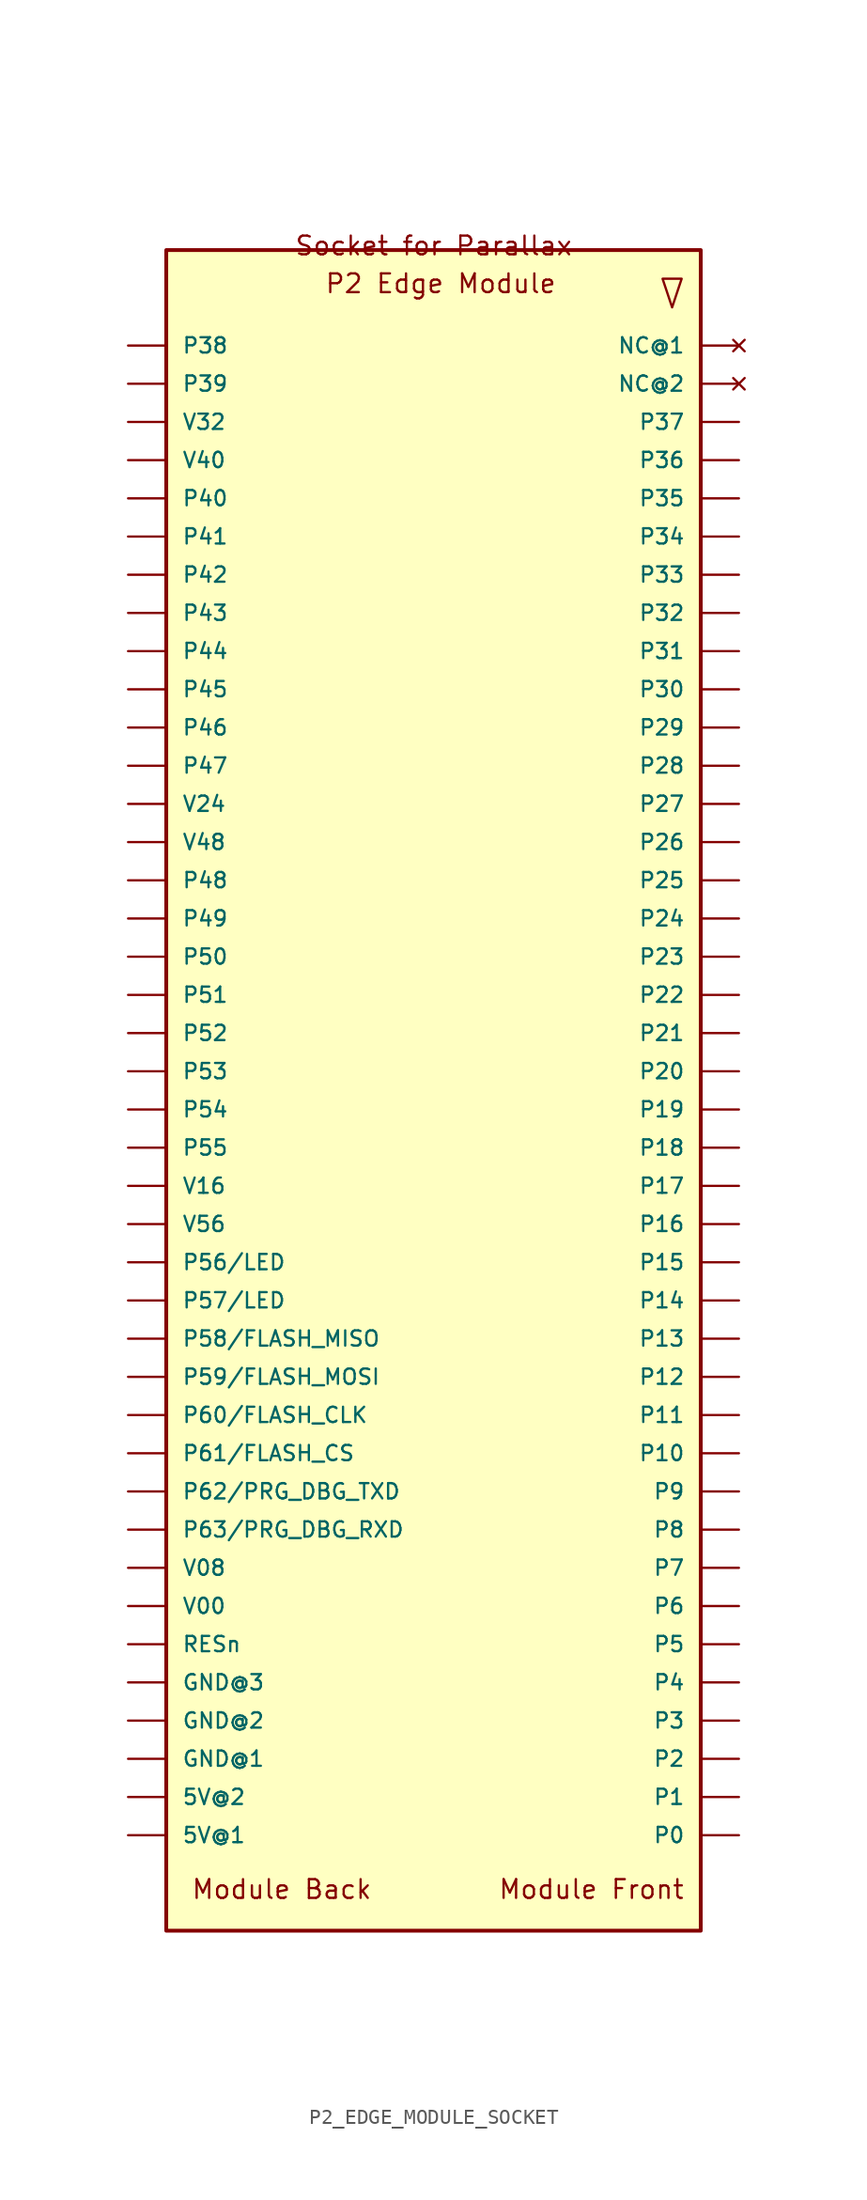
<source format=kicad_sym>
(kicad_symbol_lib
  (version 20211014)
  (generator kicad_symbol_editor)
  (symbol "P2_EDGE_MODULE_SOCKET"
    (pin_numbers hide)
    (pin_names
      (offset 1.016))
    (property "Reference" "J?"
      (at 0 0 0)
      (effects (font (size 1.27 1.27)) (justify left bottom) hide))
    (property "ki_locked" ""
      (at 0 0 0)
      (effects (font (size 1.27 1.27))))
    (symbol "P2_EDGE_MODULE_SOCKET_0_0"
      (rectangle (start -17.78 -55.88) (end 17.78 55.88) (stroke (width 0.254) (type default) (color 0 0 0 0)) (fill (type background)))
      (polyline (pts (xy 15.24 53.975) (xy 15.875 52.07) (xy 16.51 53.975) (xy 16.51 53.975) (xy 15.24 53.975)) (stroke (width 0) (type default) (color 0 0 0 0)) (fill (type background)))
      (text "Module Back" (at -16.154 -52.4 0) (effects (font (size 1.245 1.245)) (justify left top)))
      (text "Module Front" (at 4.267 -52.4 0) (effects (font (size 1.245 1.245)) (justify left top)))
      (text "P2 Edge Module" (at 0.483 54.381 0) (effects (font (size 1.245 1.245)) (justify top)))
      (text "Socket for Parallax " (at 0.483 56.896 0) (effects (font (size 1.245 1.245)) (justify top)))
      (pin no_connect line (at 20.32 49.53 180) (length 2.54) (name "NC@1" (effects (font (size 1.016 1.016)))) (number "1" (effects (font (size 1.016 1.016)))))
      (pin bidirectional line (at 20.32 26.67 180) (length 2.54) (name "P30" (effects (font (size 1.016 1.016)))) (number "10" (effects (font (size 1.016 1.016)))))
      (pin bidirectional line (at 20.32 24.13 180) (length 2.54) (name "P29" (effects (font (size 1.016 1.016)))) (number "11" (effects (font (size 1.016 1.016)))))
      (pin bidirectional line (at 20.32 21.59 180) (length 2.54) (name "P28" (effects (font (size 1.016 1.016)))) (number "12" (effects (font (size 1.016 1.016)))))
      (pin bidirectional line (at 20.32 19.05 180) (length 2.54) (name "P27" (effects (font (size 1.016 1.016)))) (number "13" (effects (font (size 1.016 1.016)))))
      (pin bidirectional line (at 20.32 16.51 180) (length 2.54) (name "P26" (effects (font (size 1.016 1.016)))) (number "14" (effects (font (size 1.016 1.016)))))
      (pin bidirectional line (at 20.32 13.97 180) (length 2.54) (name "P25" (effects (font (size 1.016 1.016)))) (number "15" (effects (font (size 1.016 1.016)))))
      (pin bidirectional line (at 20.32 11.43 180) (length 2.54) (name "P24" (effects (font (size 1.016 1.016)))) (number "16" (effects (font (size 1.016 1.016)))))
      (pin bidirectional line (at 20.32 8.89 180) (length 2.54) (name "P23" (effects (font (size 1.016 1.016)))) (number "17" (effects (font (size 1.016 1.016)))))
      (pin bidirectional line (at 20.32 6.35 180) (length 2.54) (name "P22" (effects (font (size 1.016 1.016)))) (number "18" (effects (font (size 1.016 1.016)))))
      (pin bidirectional line (at 20.32 3.81 180) (length 2.54) (name "P21" (effects (font (size 1.016 1.016)))) (number "19" (effects (font (size 1.016 1.016)))))
      (pin no_connect line (at 20.32 46.99 180) (length 2.54) (name "NC@2" (effects (font (size 1.016 1.016)))) (number "2" (effects (font (size 1.016 1.016)))))
      (pin bidirectional line (at 20.32 1.27 180) (length 2.54) (name "P20" (effects (font (size 1.016 1.016)))) (number "20" (effects (font (size 1.016 1.016)))))
      (pin bidirectional line (at 20.32 -1.27 180) (length 2.54) (name "P19" (effects (font (size 1.016 1.016)))) (number "21" (effects (font (size 1.016 1.016)))))
      (pin bidirectional line (at 20.32 -3.81 180) (length 2.54) (name "P18" (effects (font (size 1.016 1.016)))) (number "22" (effects (font (size 1.016 1.016)))))
      (pin bidirectional line (at 20.32 -6.35 180) (length 2.54) (name "P17" (effects (font (size 1.016 1.016)))) (number "23" (effects (font (size 1.016 1.016)))))
      (pin bidirectional line (at 20.32 -8.89 180) (length 2.54) (name "P16" (effects (font (size 1.016 1.016)))) (number "24" (effects (font (size 1.016 1.016)))))
      (pin bidirectional line (at 20.32 -11.43 180) (length 2.54) (name "P15" (effects (font (size 1.016 1.016)))) (number "25" (effects (font (size 1.016 1.016)))))
      (pin bidirectional line (at 20.32 -13.97 180) (length 2.54) (name "P14" (effects (font (size 1.016 1.016)))) (number "26" (effects (font (size 1.016 1.016)))))
      (pin bidirectional line (at 20.32 -16.51 180) (length 2.54) (name "P13" (effects (font (size 1.016 1.016)))) (number "27" (effects (font (size 1.016 1.016)))))
      (pin bidirectional line (at 20.32 -19.05 180) (length 2.54) (name "P12" (effects (font (size 1.016 1.016)))) (number "28" (effects (font (size 1.016 1.016)))))
      (pin bidirectional line (at 20.32 -21.59 180) (length 2.54) (name "P11" (effects (font (size 1.016 1.016)))) (number "29" (effects (font (size 1.016 1.016)))))
      (pin bidirectional line (at 20.32 44.45 180) (length 2.54) (name "P37" (effects (font (size 1.016 1.016)))) (number "3" (effects (font (size 1.016 1.016)))))
      (pin bidirectional line (at 20.32 -24.13 180) (length 2.54) (name "P10" (effects (font (size 1.016 1.016)))) (number "30" (effects (font (size 1.016 1.016)))))
      (pin bidirectional line (at 20.32 -26.67 180) (length 2.54) (name "P9" (effects (font (size 1.016 1.016)))) (number "31" (effects (font (size 1.016 1.016)))))
      (pin bidirectional line (at 20.32 -29.21 180) (length 2.54) (name "P8" (effects (font (size 1.016 1.016)))) (number "32" (effects (font (size 1.016 1.016)))))
      (pin bidirectional line (at 20.32 -31.75 180) (length 2.54) (name "P7" (effects (font (size 1.016 1.016)))) (number "33" (effects (font (size 1.016 1.016)))))
      (pin bidirectional line (at 20.32 -34.29 180) (length 2.54) (name "P6" (effects (font (size 1.016 1.016)))) (number "34" (effects (font (size 1.016 1.016)))))
      (pin bidirectional line (at 20.32 -36.83 180) (length 2.54) (name "P5" (effects (font (size 1.016 1.016)))) (number "35" (effects (font (size 1.016 1.016)))))
      (pin bidirectional line (at 20.32 -39.37 180) (length 2.54) (name "P4" (effects (font (size 1.016 1.016)))) (number "36" (effects (font (size 1.016 1.016)))))
      (pin bidirectional line (at 20.32 -41.91 180) (length 2.54) (name "P3" (effects (font (size 1.016 1.016)))) (number "37" (effects (font (size 1.016 1.016)))))
      (pin bidirectional line (at 20.32 -44.45 180) (length 2.54) (name "P2" (effects (font (size 1.016 1.016)))) (number "38" (effects (font (size 1.016 1.016)))))
      (pin bidirectional line (at 20.32 -46.99 180) (length 2.54) (name "P1" (effects (font (size 1.016 1.016)))) (number "39" (effects (font (size 1.016 1.016)))))
      (pin bidirectional line (at 20.32 41.91 180) (length 2.54) (name "P36" (effects (font (size 1.016 1.016)))) (number "4" (effects (font (size 1.016 1.016)))))
      (pin bidirectional line (at 20.32 -49.53 180) (length 2.54) (name "P0" (effects (font (size 1.016 1.016)))) (number "40" (effects (font (size 1.016 1.016)))))
      (pin power_in line (at -20.32 -49.53 0) (length 2.54) (name "5V@1" (effects (font (size 1.016 1.016)))) (number "41" (effects (font (size 1.016 1.016)))))
      (pin power_in line (at -20.32 -46.99 0) (length 2.54) (name "5V@2" (effects (font (size 1.016 1.016)))) (number "42" (effects (font (size 1.016 1.016)))))
      (pin power_in line (at -20.32 -44.45 0) (length 2.54) (name "GND@1" (effects (font (size 1.016 1.016)))) (number "43" (effects (font (size 1.016 1.016)))))
      (pin power_in line (at -20.32 -41.91 0) (length 2.54) (name "GND@2" (effects (font (size 1.016 1.016)))) (number "44" (effects (font (size 1.016 1.016)))))
      (pin power_in line (at -20.32 -39.37 0) (length 2.54) (name "GND@3" (effects (font (size 1.016 1.016)))) (number "45" (effects (font (size 1.016 1.016)))))
      (pin input line (at -20.32 -36.83 0) (length 2.54) (name "RESn" (effects (font (size 1.016 1.016)))) (number "46" (effects (font (size 1.016 1.016)))))
      (pin power_out line (at -20.32 -34.29 0) (length 2.54) (name "V00" (effects (font (size 1.016 1.016)))) (number "47" (effects (font (size 1.016 1.016)))))
      (pin power_out line (at -20.32 -31.75 0) (length 2.54) (name "V08" (effects (font (size 1.016 1.016)))) (number "48" (effects (font (size 1.016 1.016)))))
      (pin bidirectional line (at -20.32 -29.21 0) (length 2.54) (name "P63/PRG_DBG_RXD" (effects (font (size 1.016 1.016)))) (number "49" (effects (font (size 1.016 1.016)))))
      (pin bidirectional line (at 20.32 39.37 180) (length 2.54) (name "P35" (effects (font (size 1.016 1.016)))) (number "5" (effects (font (size 1.016 1.016)))))
      (pin bidirectional line (at -20.32 -26.67 0) (length 2.54) (name "P62/PRG_DBG_TXD" (effects (font (size 1.016 1.016)))) (number "50" (effects (font (size 1.016 1.016)))))
      (pin bidirectional line (at -20.32 -24.13 0) (length 2.54) (name "P61/FLASH_CS" (effects (font (size 1.016 1.016)))) (number "51" (effects (font (size 1.016 1.016)))))
      (pin bidirectional line (at -20.32 -21.59 0) (length 2.54) (name "P60/FLASH_CLK" (effects (font (size 1.016 1.016)))) (number "52" (effects (font (size 1.016 1.016)))))
      (pin bidirectional line (at -20.32 -19.05 0) (length 2.54) (name "P59/FLASH_MOSI" (effects (font (size 1.016 1.016)))) (number "53" (effects (font (size 1.016 1.016)))))
      (pin bidirectional line (at -20.32 -16.51 0) (length 2.54) (name "P58/FLASH_MISO" (effects (font (size 1.016 1.016)))) (number "54" (effects (font (size 1.016 1.016)))))
      (pin bidirectional line (at -20.32 -13.97 0) (length 2.54) (name "P57/LED" (effects (font (size 1.016 1.016)))) (number "55" (effects (font (size 1.016 1.016)))))
      (pin bidirectional line (at -20.32 -11.43 0) (length 2.54) (name "P56/LED" (effects (font (size 1.016 1.016)))) (number "56" (effects (font (size 1.016 1.016)))))
      (pin power_out line (at -20.32 -8.89 0) (length 2.54) (name "V56" (effects (font (size 1.016 1.016)))) (number "57" (effects (font (size 1.016 1.016)))))
      (pin power_out line (at -20.32 -6.35 0) (length 2.54) (name "V16" (effects (font (size 1.016 1.016)))) (number "58" (effects (font (size 1.016 1.016)))))
      (pin bidirectional line (at -20.32 -3.81 0) (length 2.54) (name "P55" (effects (font (size 1.016 1.016)))) (number "59" (effects (font (size 1.016 1.016)))))
      (pin bidirectional line (at 20.32 36.83 180) (length 2.54) (name "P34" (effects (font (size 1.016 1.016)))) (number "6" (effects (font (size 1.016 1.016)))))
      (pin bidirectional line (at -20.32 -1.27 0) (length 2.54) (name "P54" (effects (font (size 1.016 1.016)))) (number "60" (effects (font (size 1.016 1.016)))))
      (pin bidirectional line (at -20.32 1.27 0) (length 2.54) (name "P53" (effects (font (size 1.016 1.016)))) (number "61" (effects (font (size 1.016 1.016)))))
      (pin bidirectional line (at -20.32 3.81 0) (length 2.54) (name "P52" (effects (font (size 1.016 1.016)))) (number "62" (effects (font (size 1.016 1.016)))))
      (pin bidirectional line (at -20.32 6.35 0) (length 2.54) (name "P51" (effects (font (size 1.016 1.016)))) (number "63" (effects (font (size 1.016 1.016)))))
      (pin bidirectional line (at -20.32 8.89 0) (length 2.54) (name "P50" (effects (font (size 1.016 1.016)))) (number "64" (effects (font (size 1.016 1.016)))))
      (pin bidirectional line (at -20.32 11.43 0) (length 2.54) (name "P49" (effects (font (size 1.016 1.016)))) (number "65" (effects (font (size 1.016 1.016)))))
      (pin bidirectional line (at -20.32 13.97 0) (length 2.54) (name "P48" (effects (font (size 1.016 1.016)))) (number "66" (effects (font (size 1.016 1.016)))))
      (pin power_out line (at -20.32 16.51 0) (length 2.54) (name "V48" (effects (font (size 1.016 1.016)))) (number "67" (effects (font (size 1.016 1.016)))))
      (pin power_out line (at -20.32 19.05 0) (length 2.54) (name "V24" (effects (font (size 1.016 1.016)))) (number "68" (effects (font (size 1.016 1.016)))))
      (pin bidirectional line (at -20.32 21.59 0) (length 2.54) (name "P47" (effects (font (size 1.016 1.016)))) (number "69" (effects (font (size 1.016 1.016)))))
      (pin bidirectional line (at 20.32 34.29 180) (length 2.54) (name "P33" (effects (font (size 1.016 1.016)))) (number "7" (effects (font (size 1.016 1.016)))))
      (pin bidirectional line (at -20.32 24.13 0) (length 2.54) (name "P46" (effects (font (size 1.016 1.016)))) (number "70" (effects (font (size 1.016 1.016)))))
      (pin bidirectional line (at -20.32 26.67 0) (length 2.54) (name "P45" (effects (font (size 1.016 1.016)))) (number "71" (effects (font (size 1.016 1.016)))))
      (pin bidirectional line (at -20.32 29.21 0) (length 2.54) (name "P44" (effects (font (size 1.016 1.016)))) (number "72" (effects (font (size 1.016 1.016)))))
      (pin bidirectional line (at -20.32 31.75 0) (length 2.54) (name "P43" (effects (font (size 1.016 1.016)))) (number "73" (effects (font (size 1.016 1.016)))))
      (pin bidirectional line (at -20.32 34.29 0) (length 2.54) (name "P42" (effects (font (size 1.016 1.016)))) (number "74" (effects (font (size 1.016 1.016)))))
      (pin bidirectional line (at -20.32 36.83 0) (length 2.54) (name "P41" (effects (font (size 1.016 1.016)))) (number "75" (effects (font (size 1.016 1.016)))))
      (pin bidirectional line (at -20.32 39.37 0) (length 2.54) (name "P40" (effects (font (size 1.016 1.016)))) (number "76" (effects (font (size 1.016 1.016)))))
      (pin power_out line (at -20.32 41.91 0) (length 2.54) (name "V40" (effects (font (size 1.016 1.016)))) (number "77" (effects (font (size 1.016 1.016)))))
      (pin power_out line (at -20.32 44.45 0) (length 2.54) (name "V32" (effects (font (size 1.016 1.016)))) (number "78" (effects (font (size 1.016 1.016)))))
      (pin bidirectional line (at -20.32 46.99 0) (length 2.54) (name "P39" (effects (font (size 1.016 1.016)))) (number "79" (effects (font (size 1.016 1.016)))))
      (pin bidirectional line (at 20.32 31.75 180) (length 2.54) (name "P32" (effects (font (size 1.016 1.016)))) (number "8" (effects (font (size 1.016 1.016)))))
      (pin bidirectional line (at -20.32 49.53 0) (length 2.54) (name "P38" (effects (font (size 1.016 1.016)))) (number "80" (effects (font (size 1.016 1.016)))))
      (pin bidirectional line (at 20.32 29.21 180) (length 2.54) (name "P31" (effects (font (size 1.016 1.016)))) (number "9" (effects (font (size 1.016 1.016))))))))
</source>
